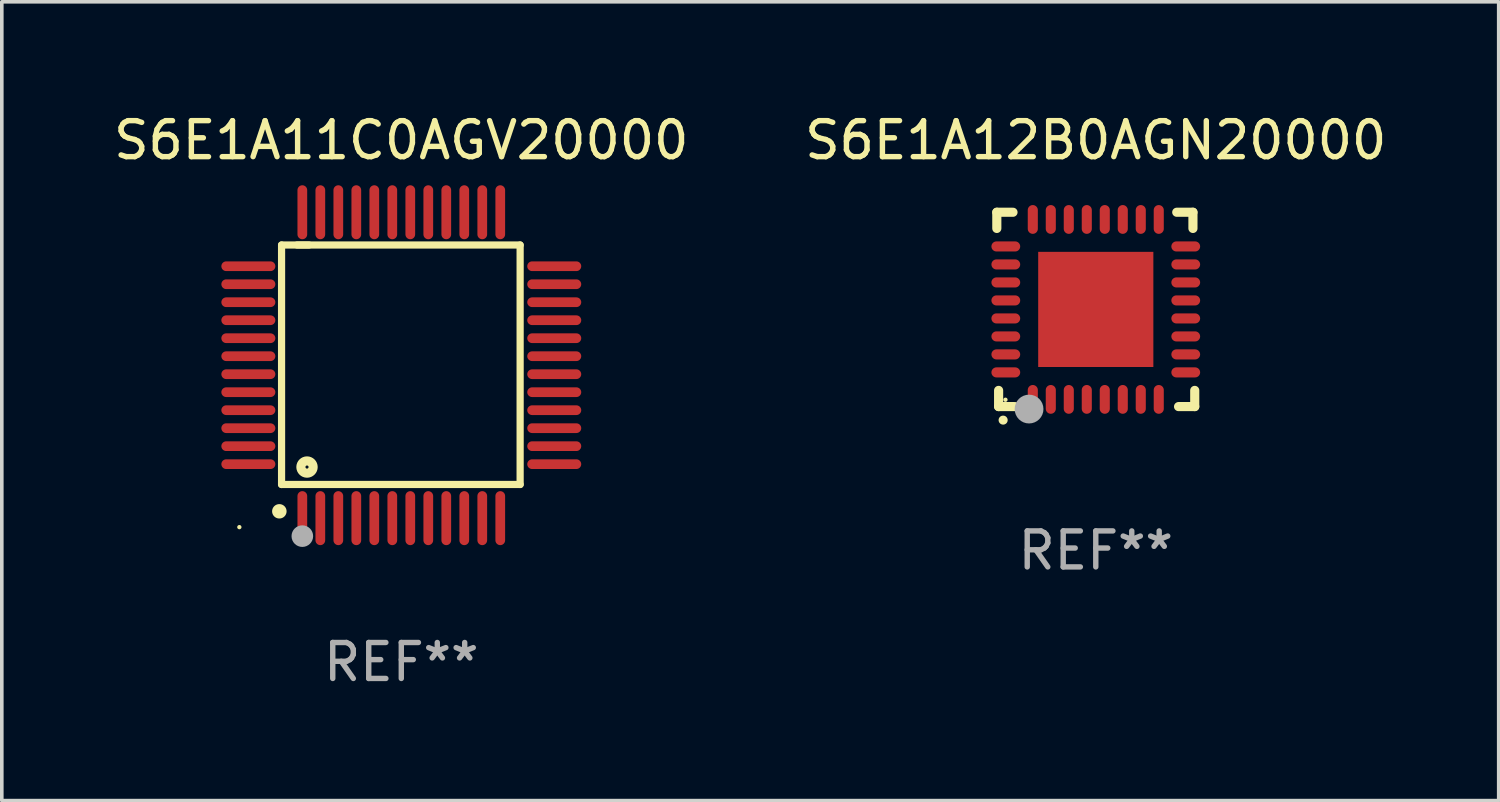
<source format=kicad_pcb>
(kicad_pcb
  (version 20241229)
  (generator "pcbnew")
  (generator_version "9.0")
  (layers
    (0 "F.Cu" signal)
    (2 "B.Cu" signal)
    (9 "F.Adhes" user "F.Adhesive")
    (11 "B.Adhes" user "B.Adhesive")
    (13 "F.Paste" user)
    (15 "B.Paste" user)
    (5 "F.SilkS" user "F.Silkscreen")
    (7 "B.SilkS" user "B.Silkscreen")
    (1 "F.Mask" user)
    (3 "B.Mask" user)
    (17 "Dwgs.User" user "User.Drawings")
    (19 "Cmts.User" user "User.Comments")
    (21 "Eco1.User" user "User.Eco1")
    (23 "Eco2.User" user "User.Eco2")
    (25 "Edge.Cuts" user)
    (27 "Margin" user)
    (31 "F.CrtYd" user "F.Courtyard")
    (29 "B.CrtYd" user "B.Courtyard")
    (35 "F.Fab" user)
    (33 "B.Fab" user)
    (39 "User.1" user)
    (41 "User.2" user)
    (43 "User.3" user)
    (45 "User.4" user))
  (footprint "S6E1A11C0AGV20000"
    (layer "F.Cu")
    (at 8.101 7.098)
    (property "Reference" "S6E1A11C0AGV20000" (at 0 -6.25 0) (layer "F.SilkS") (effects (font (size 1 1) (thickness 0.15))))
    (attr through_hole)
    (fp_line (start -3.327 -3.34) (end -2.565 -3.34) (stroke (width 0.2) (type solid)) (layer "F.SilkS"))
    (fp_line (start -3.327 3.315) (end -3.327 -3.34) (stroke (width 0.2) (type solid)) (layer "F.SilkS"))
    (fp_line (start -2.896 -3.34) (end 3.302 -3.34) (stroke (width 0.2) (type solid)) (layer "F.SilkS"))
    (fp_line (start 3.302 -3.34) (end 3.302 3.315) (stroke (width 0.2) (type solid)) (layer "F.SilkS"))
    (fp_line (start 3.302 3.315) (end -3.327 3.315) (stroke (width 0.2) (type solid)) (layer "F.SilkS"))
    (fp_arc (start -3.389992 4.059995) (mid -3.388722 4.059991) (end -3.387452 4.059995) (stroke (width 0.4) (type solid)) (layer "F.SilkS"))
    (fp_circle (center -4.5 4.5) (end -4.47 4.5) (stroke (width 0.06) (type solid)) (fill no) (layer "F.SilkS"))
    (fp_circle (center -2.62 2.83) (end -2.45 2.83) (stroke (width 0.254) (type solid)) (fill no) (layer "F.SilkS"))
    (fp_circle (center -2.75 4.75) (end -2.6 4.75) (stroke (width 0.3) (type solid)) (fill no) (layer "F.Fab"))
    (fp_text user "REF**" (at 0 8.25 0) (layer "F.Fab") (effects (font (size 1 1) (thickness 0.15))))
    (pad "1" smd oval (at -2.75 4.25) (size 0.27 1.5) (layers "F.Cu" "F.Mask" "F.Paste"))
    (pad "2" smd oval (at -2.25 4.25) (size 0.27 1.5) (layers "F.Cu" "F.Mask" "F.Paste"))
    (pad "3" smd oval (at -1.75 4.25) (size 0.27 1.5) (layers "F.Cu" "F.Mask" "F.Paste"))
    (pad "4" smd oval (at -1.25 4.25) (size 0.27 1.5) (layers "F.Cu" "F.Mask" "F.Paste"))
    (pad "5" smd oval (at -0.75 4.25) (size 0.27 1.5) (layers "F.Cu" "F.Mask" "F.Paste"))
    (pad "6" smd oval (at -0.25 4.25) (size 0.27 1.5) (layers "F.Cu" "F.Mask" "F.Paste"))
    (pad "7" smd oval (at 0.25 4.25) (size 0.27 1.5) (layers "F.Cu" "F.Mask" "F.Paste"))
    (pad "8" smd oval (at 0.75 4.25) (size 0.27 1.5) (layers "F.Cu" "F.Mask" "F.Paste"))
    (pad "9" smd oval (at 1.25 4.25) (size 0.27 1.5) (layers "F.Cu" "F.Mask" "F.Paste"))
    (pad "10" smd oval (at 1.75 4.25) (size 0.27 1.5) (layers "F.Cu" "F.Mask" "F.Paste"))
    (pad "11" smd oval (at 2.25 4.25) (size 0.27 1.5) (layers "F.Cu" "F.Mask" "F.Paste"))
    (pad "12" smd oval (at 2.75 4.25) (size 0.27 1.5) (layers "F.Cu" "F.Mask" "F.Paste"))
    (pad "13" smd oval (at 4.25 2.75) (size 1.5 0.27) (layers "F.Cu" "F.Mask" "F.Paste"))
    (pad "14" smd oval (at 4.25 2.25) (size 1.5 0.27) (layers "F.Cu" "F.Mask" "F.Paste"))
    (pad "15" smd oval (at 4.25 1.75) (size 1.5 0.27) (layers "F.Cu" "F.Mask" "F.Paste"))
    (pad "16" smd oval (at 4.25 1.25) (size 1.5 0.27) (layers "F.Cu" "F.Mask" "F.Paste"))
    (pad "17" smd oval (at 4.25 0.75) (size 1.5 0.27) (layers "F.Cu" "F.Mask" "F.Paste"))
    (pad "18" smd oval (at 4.25 0.25) (size 1.5 0.27) (layers "F.Cu" "F.Mask" "F.Paste"))
    (pad "19" smd oval (at 4.25 -0.25) (size 1.5 0.27) (layers "F.Cu" "F.Mask" "F.Paste"))
    (pad "20" smd oval (at 4.25 -0.75) (size 1.5 0.27) (layers "F.Cu" "F.Mask" "F.Paste"))
    (pad "21" smd oval (at 4.25 -1.25) (size 1.5 0.27) (layers "F.Cu" "F.Mask" "F.Paste"))
    (pad "22" smd oval (at 4.25 -1.75) (size 1.5 0.27) (layers "F.Cu" "F.Mask" "F.Paste"))
    (pad "23" smd oval (at 4.25 -2.25) (size 1.5 0.27) (layers "F.Cu" "F.Mask" "F.Paste"))
    (pad "24" smd oval (at 4.25 -2.75) (size 1.5 0.27) (layers "F.Cu" "F.Mask" "F.Paste"))
    (pad "25" smd oval (at 2.75 -4.25) (size 0.27 1.5) (layers "F.Cu" "F.Mask" "F.Paste"))
    (pad "26" smd oval (at 2.25 -4.25) (size 0.27 1.5) (layers "F.Cu" "F.Mask" "F.Paste"))
    (pad "27" smd oval (at 1.75 -4.25) (size 0.27 1.5) (layers "F.Cu" "F.Mask" "F.Paste"))
    (pad "28" smd oval (at 1.25 -4.25) (size 0.27 1.5) (layers "F.Cu" "F.Mask" "F.Paste"))
    (pad "29" smd oval (at 0.75 -4.25) (size 0.27 1.5) (layers "F.Cu" "F.Mask" "F.Paste"))
    (pad "30" smd oval (at 0.25 -4.25) (size 0.27 1.5) (layers "F.Cu" "F.Mask" "F.Paste"))
    (pad "31" smd oval (at -0.25 -4.25) (size 0.27 1.5) (layers "F.Cu" "F.Mask" "F.Paste"))
    (pad "32" smd oval (at -0.75 -4.25) (size 0.27 1.5) (layers "F.Cu" "F.Mask" "F.Paste"))
    (pad "33" smd oval (at -1.25 -4.25) (size 0.27 1.5) (layers "F.Cu" "F.Mask" "F.Paste"))
    (pad "34" smd oval (at -1.75 -4.25) (size 0.27 1.5) (layers "F.Cu" "F.Mask" "F.Paste"))
    (pad "35" smd oval (at -2.25 -4.25) (size 0.27 1.5) (layers "F.Cu" "F.Mask" "F.Paste"))
    (pad "36" smd oval (at -2.75 -4.25) (size 0.27 1.5) (layers "F.Cu" "F.Mask" "F.Paste"))
    (pad "37" smd oval (at -4.25 -2.75) (size 1.5 0.27) (layers "F.Cu" "F.Mask" "F.Paste"))
    (pad "38" smd oval (at -4.25 -2.25) (size 1.5 0.27) (layers "F.Cu" "F.Mask" "F.Paste"))
    (pad "39" smd oval (at -4.25 -1.75) (size 1.5 0.27) (layers "F.Cu" "F.Mask" "F.Paste"))
    (pad "40" smd oval (at -4.25 -1.25) (size 1.5 0.27) (layers "F.Cu" "F.Mask" "F.Paste"))
    (pad "41" smd oval (at -4.25 -0.75) (size 1.5 0.27) (layers "F.Cu" "F.Mask" "F.Paste"))
    (pad "42" smd oval (at -4.25 -0.25) (size 1.5 0.27) (layers "F.Cu" "F.Mask" "F.Paste"))
    (pad "43" smd oval (at -4.25 0.25) (size 1.5 0.27) (layers "F.Cu" "F.Mask" "F.Paste"))
    (pad "44" smd oval (at -4.25 0.75) (size 1.5 0.27) (layers "F.Cu" "F.Mask" "F.Paste"))
    (pad "45" smd oval (at -4.25 1.25) (size 1.5 0.27) (layers "F.Cu" "F.Mask" "F.Paste"))
    (pad "46" smd oval (at -4.25 1.75) (size 1.5 0.27) (layers "F.Cu" "F.Mask" "F.Paste"))
    (pad "47" smd oval (at -4.25 2.25) (size 1.5 0.27) (layers "F.Cu" "F.Mask" "F.Paste"))
    (pad "48" smd oval (at -4.25 2.75) (size 1.5 0.27) (layers "F.Cu" "F.Mask" "F.Paste")))
  (footprint "S6E1A12B0AGN20000"
    (layer "F.Cu")
    (at 27.399 5.548)
    (property "Reference" "S6E1A12B0AGN20000" (at 0 -4.7 0) (layer "F.SilkS") (effects (font (size 1 1) (thickness 0.15))))
    (attr through_hole)
    (fp_line (start -2.75 -2.7) (end -2.75 -2.25) (stroke (width 0.254) (type solid)) (layer "F.SilkS"))
    (fp_line (start -2.7 2.7) (end -2.7 2.25) (stroke (width 0.254) (type solid)) (layer "F.SilkS"))
    (fp_line (start -2.3 -2.7) (end -2.75 -2.7) (stroke (width 0.254) (type solid)) (layer "F.SilkS"))
    (fp_line (start -2.25 2.7) (end -2.7 2.7) (stroke (width 0.254) (type solid)) (layer "F.SilkS"))
    (fp_line (start 2.3 2.7) (end 2.75 2.7) (stroke (width 0.254) (type solid)) (layer "F.SilkS"))
    (fp_line (start 2.7 -2.7) (end 2.25 -2.7) (stroke (width 0.254) (type solid)) (layer "F.SilkS"))
    (fp_line (start 2.7 -2.25) (end 2.7 -2.7) (stroke (width 0.254) (type solid)) (layer "F.SilkS"))
    (fp_line (start 2.75 2.7) (end 2.75 2.25) (stroke (width 0.254) (type solid)) (layer "F.SilkS"))
    (fp_arc (start -2.575565 3.075946) (mid -2.574295 3.07594) (end -2.573025 3.075946) (stroke (width 0.25) (type solid)) (layer "F.SilkS"))
    (fp_circle (center -2.51 2.51) (end -2.48 2.51) (stroke (width 0.06) (type solid)) (fill no) (layer "F.SilkS"))
    (fp_circle (center -1.854 2.769) (end -1.654 2.769) (stroke (width 0.4) (type solid)) (fill no) (layer "F.Fab"))
    (fp_text user "REF**" (at 0 6.7 0) (layer "F.Fab") (effects (font (size 1 1) (thickness 0.15))))
    (pad "1" smd oval (at -1.75 2.5) (size 0.28 0.8) (layers "F.Cu" "F.Mask" "F.Paste"))
    (pad "2" smd oval (at -1.25 2.5) (size 0.28 0.8) (layers "F.Cu" "F.Mask" "F.Paste"))
    (pad "3" smd oval (at -0.75 2.5) (size 0.28 0.8) (layers "F.Cu" "F.Mask" "F.Paste"))
    (pad "4" smd oval (at -0.25 2.5) (size 0.28 0.8) (layers "F.Cu" "F.Mask" "F.Paste"))
    (pad "5" smd oval (at 0.25 2.5) (size 0.28 0.8) (layers "F.Cu" "F.Mask" "F.Paste"))
    (pad "6" smd oval (at 0.75 2.5) (size 0.28 0.8) (layers "F.Cu" "F.Mask" "F.Paste"))
    (pad "7" smd oval (at 1.25 2.5) (size 0.28 0.8) (layers "F.Cu" "F.Mask" "F.Paste"))
    (pad "8" smd oval (at 1.75 2.5) (size 0.28 0.8) (layers "F.Cu" "F.Mask" "F.Paste"))
    (pad "9" smd oval (at 2.5 1.75 90) (size 0.28 0.8) (layers "F.Cu" "F.Mask" "F.Paste"))
    (pad "10" smd oval (at 2.5 1.25 90) (size 0.28 0.8) (layers "F.Cu" "F.Mask" "F.Paste"))
    (pad "11" smd oval (at 2.5 0.75 90) (size 0.28 0.8) (layers "F.Cu" "F.Mask" "F.Paste"))
    (pad "12" smd oval (at 2.5 0.25 90) (size 0.28 0.8) (layers "F.Cu" "F.Mask" "F.Paste"))
    (pad "13" smd oval (at 2.5 -0.25 90) (size 0.28 0.8) (layers "F.Cu" "F.Mask" "F.Paste"))
    (pad "14" smd oval (at 2.5 -0.75 90) (size 0.28 0.8) (layers "F.Cu" "F.Mask" "F.Paste"))
    (pad "15" smd oval (at 2.5 -1.25 90) (size 0.28 0.8) (layers "F.Cu" "F.Mask" "F.Paste"))
    (pad "16" smd oval (at 2.5 -1.75 90) (size 0.28 0.8) (layers "F.Cu" "F.Mask" "F.Paste"))
    (pad "17" smd oval (at 1.75 -2.5 180) (size 0.28 0.8) (layers "F.Cu" "F.Mask" "F.Paste"))
    (pad "18" smd oval (at 1.25 -2.5 180) (size 0.28 0.8) (layers "F.Cu" "F.Mask" "F.Paste"))
    (pad "19" smd oval (at 0.75 -2.5 180) (size 0.28 0.8) (layers "F.Cu" "F.Mask" "F.Paste"))
    (pad "20" smd oval (at 0.25 -2.5 180) (size 0.28 0.8) (layers "F.Cu" "F.Mask" "F.Paste"))
    (pad "21" smd oval (at -0.25 -2.5 180) (size 0.28 0.8) (layers "F.Cu" "F.Mask" "F.Paste"))
    (pad "22" smd oval (at -0.75 -2.5 180) (size 0.28 0.8) (layers "F.Cu" "F.Mask" "F.Paste"))
    (pad "23" smd oval (at -1.25 -2.5 180) (size 0.28 0.8) (layers "F.Cu" "F.Mask" "F.Paste"))
    (pad "24" smd oval (at -1.75 -2.5 180) (size 0.28 0.8) (layers "F.Cu" "F.Mask" "F.Paste"))
    (pad "25" smd oval (at -2.5 -1.75 270) (size 0.28 0.8) (layers "F.Cu" "F.Mask" "F.Paste"))
    (pad "26" smd oval (at -2.5 -1.25 270) (size 0.28 0.8) (layers "F.Cu" "F.Mask" "F.Paste"))
    (pad "27" smd oval (at -2.5 -0.75 270) (size 0.28 0.8) (layers "F.Cu" "F.Mask" "F.Paste"))
    (pad "28" smd oval (at -2.5 -0.25 270) (size 0.28 0.8) (layers "F.Cu" "F.Mask" "F.Paste"))
    (pad "29" smd oval (at -2.5 0.25 270) (size 0.28 0.8) (layers "F.Cu" "F.Mask" "F.Paste"))
    (pad "30" smd oval (at -2.5 0.75 270) (size 0.28 0.8) (layers "F.Cu" "F.Mask" "F.Paste"))
    (pad "31" smd oval (at -2.5 1.25 270) (size 0.28 0.8) (layers "F.Cu" "F.Mask" "F.Paste"))
    (pad "32" smd oval (at -2.5 1.75 270) (size 0.28 0.8) (layers "F.Cu" "F.Mask" "F.Paste"))
    (pad "33" smd rect (at 0.000076 0.000076) (size 3.2 3.2) (layers "F.Cu" "F.Mask" "F.Paste")))
  (gr_rect
    (start -3 -3)
    (end 38.595 19.196)
    (stroke (width 0.1) (type default))
    (fill no)
    (layer "Edge.Cuts")))
</source>
